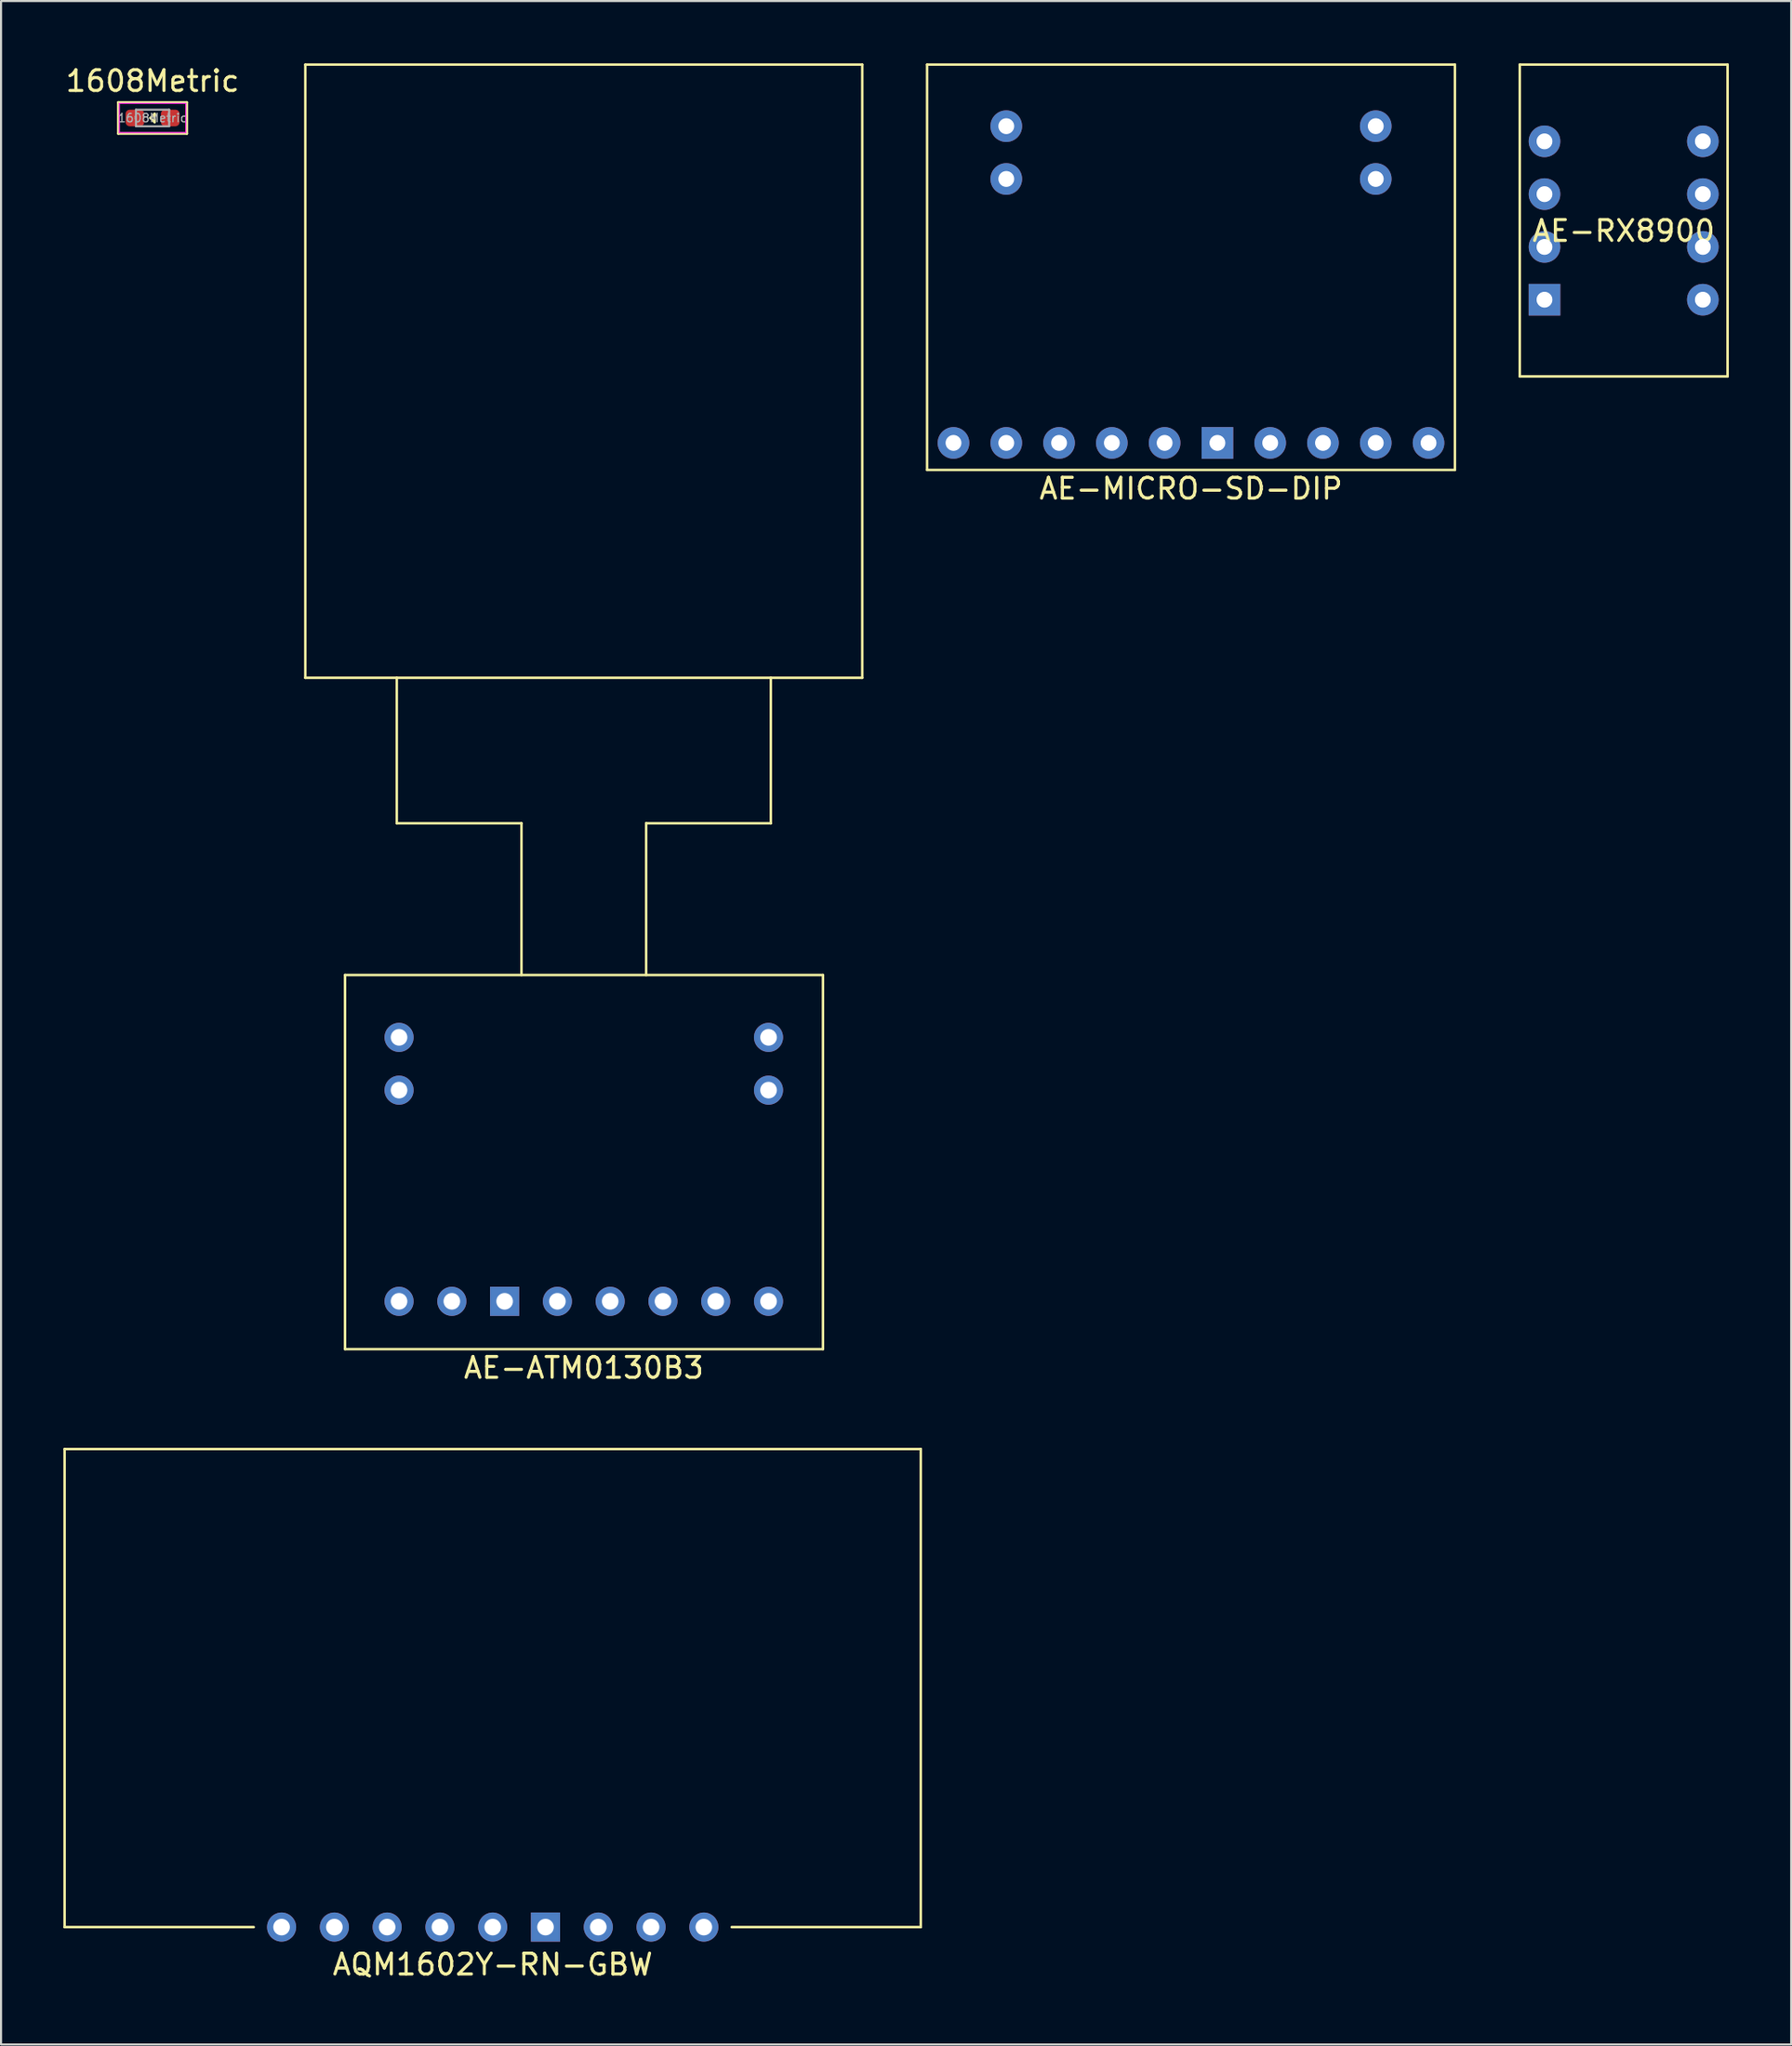
<source format=kicad_pcb>
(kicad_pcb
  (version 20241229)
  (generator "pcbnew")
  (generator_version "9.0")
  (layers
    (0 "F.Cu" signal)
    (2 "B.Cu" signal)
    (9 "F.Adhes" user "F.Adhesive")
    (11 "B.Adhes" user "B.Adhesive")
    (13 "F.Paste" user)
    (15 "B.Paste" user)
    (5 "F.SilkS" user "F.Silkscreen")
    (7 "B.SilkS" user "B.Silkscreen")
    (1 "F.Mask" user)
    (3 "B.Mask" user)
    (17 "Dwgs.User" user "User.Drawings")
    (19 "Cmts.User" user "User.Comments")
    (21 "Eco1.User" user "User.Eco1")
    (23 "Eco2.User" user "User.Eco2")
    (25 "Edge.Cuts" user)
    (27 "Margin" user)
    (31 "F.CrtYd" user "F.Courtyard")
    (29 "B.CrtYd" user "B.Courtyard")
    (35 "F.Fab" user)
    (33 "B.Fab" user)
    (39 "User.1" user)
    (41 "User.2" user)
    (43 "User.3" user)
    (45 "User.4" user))
  (footprint "AQM1602Y-RN-GBW"
    (layer "F.Cu")
    (at 20.66 89.668)
    (property "Reference" "AQM1602Y-RN-GBW" (at 0 1.8 0) (layer "F.SilkS") (effects (font (size 1 1) (thickness 0.15))))
    (attr through_hole)
    (fp_line (start -20.6 -23) (end 20.6 -23) (stroke (width 0.12) (type solid)) (layer "F.SilkS"))
    (fp_line (start -20.6 0) (end -20.6 -23) (stroke (width 0.12) (type solid)) (layer "F.SilkS"))
    (fp_line (start -20.6 0) (end -11.5 0) (stroke (width 0.12) (type solid)) (layer "F.SilkS"))
    (fp_line (start 20.6 -23) (end 20.6 0) (stroke (width 0.12) (type solid)) (layer "F.SilkS"))
    (fp_line (start 20.6 0) (end 11.5 0) (stroke (width 0.12) (type solid)) (layer "F.SilkS"))
    (pad "1" thru_hole circle (at -10.16 0) (size 1.4 1.4) (drill 0.8) (layers "*.Cu" "*.Mask"))
    (pad "2" thru_hole circle (at -7.62 0) (size 1.4 1.4) (drill 0.8) (layers "*.Cu" "*.Mask"))
    (pad "3" thru_hole circle (at -5.08 0) (size 1.4 1.4) (drill 0.8) (layers "*.Cu" "*.Mask"))
    (pad "4" thru_hole circle (at -2.54 0) (size 1.4 1.4) (drill 0.8) (layers "*.Cu" "*.Mask"))
    (pad "5" thru_hole circle (at 0 0) (size 1.4 1.4) (drill 0.8) (layers "*.Cu" "*.Mask"))
    (pad "6" thru_hole rect (at 2.54 0) (size 1.4 1.4) (drill 0.8) (layers "*.Cu" "*.Mask"))
    (pad "7" thru_hole circle (at 5.08 0) (size 1.4 1.4) (drill 0.8) (layers "*.Cu" "*.Mask"))
    (pad "8" thru_hole circle (at 7.62 0) (size 1.4 1.4) (drill 0.8) (layers "*.Cu" "*.Mask"))
    (pad "9" thru_hole circle (at 10.16 0) (size 1.4 1.4) (drill 0.8) (layers "*.Cu" "*.Mask")))
  (footprint "AE-MICRO-SD-DIP"
    (layer "F.Cu")
    (at 54.263 18.26)
    (property "Reference" "AE-MICRO-SD-DIP" (at 0 2.2 0) (layer "F.SilkS") (effects (font (size 1 1) (thickness 0.15))))
    (attr through_hole)
    (fp_line (start -12.7 -18.2) (end -12.7 1.3) (stroke (width 0.12) (type solid)) (layer "F.SilkS"))
    (fp_line (start -12.7 1.3) (end 12.7 1.3) (stroke (width 0.12) (type solid)) (layer "F.SilkS"))
    (fp_line (start 12.7 -18.2) (end -12.7 -18.2) (stroke (width 0.12) (type solid)) (layer "F.SilkS"))
    (fp_line (start 12.7 1.3) (end 12.7 -18.2) (stroke (width 0.12) (type solid)) (layer "F.SilkS"))
    (pad "" thru_hole circle (at -8.89 -15.24) (size 1.524 1.524) (drill 0.762) (layers "*.Cu" "*.Mask"))
    (pad "" thru_hole circle (at -8.89 -12.7) (size 1.524 1.524) (drill 0.762) (layers "*.Cu" "*.Mask"))
    (pad "" thru_hole circle (at 8.89 -15.24) (size 1.524 1.524) (drill 0.762) (layers "*.Cu" "*.Mask"))
    (pad "" thru_hole circle (at 8.89 -12.7) (size 1.524 1.524) (drill 0.762) (layers "*.Cu" "*.Mask"))
    (pad "1" thru_hole circle (at -11.43 0) (size 1.524 1.524) (drill 0.762) (layers "*.Cu" "*.Mask"))
    (pad "2" thru_hole circle (at -8.89 0) (size 1.524 1.524) (drill 0.762) (layers "*.Cu" "*.Mask"))
    (pad "3" thru_hole circle (at -6.35 0) (size 1.524 1.524) (drill 0.762) (layers "*.Cu" "*.Mask"))
    (pad "4" thru_hole circle (at -3.81 0) (size 1.524 1.524) (drill 0.762) (layers "*.Cu" "*.Mask"))
    (pad "5" thru_hole circle (at -1.27 0) (size 1.524 1.524) (drill 0.762) (layers "*.Cu" "*.Mask"))
    (pad "6" thru_hole rect (at 1.27 0) (size 1.524 1.524) (drill 0.762) (layers "*.Cu" "*.Mask"))
    (pad "7" thru_hole circle (at 3.81 0) (size 1.524 1.524) (drill 0.762) (layers "*.Cu" "*.Mask"))
    (pad "8" thru_hole circle (at 6.35 0) (size 1.524 1.524) (drill 0.762) (layers "*.Cu" "*.Mask"))
    (pad "9" thru_hole circle (at 8.89 0) (size 1.524 1.524) (drill 0.762) (layers "*.Cu" "*.Mask"))
    (pad "10" thru_hole circle (at 11.43 0) (size 1.524 1.524) (drill 0.762) (layers "*.Cu" "*.Mask")))
  (footprint "1608Metric"
    (layer "F.Cu")
    (at 4.292 2.626)
    (property "Reference" "1608Metric" (at 0 -1.778 0) (layer "F.SilkS") (effects (font (size 1 1) (thickness 0.15))))
    (attr smd)
    (fp_line (start -1.65 -0.75) (end -1.65 0.75) (stroke (width 0.12) (type solid)) (layer "F.SilkS"))
    (fp_line (start -1.65 -0.75) (end 1.65 -0.75) (stroke (width 0.12) (type solid)) (layer "F.SilkS"))
    (fp_line (start -1.65 0.75) (end 1.65 0.75) (stroke (width 0.12) (type solid)) (layer "F.SilkS"))
    (fp_line (start -0.1 0) (end 0.1 -0.2) (stroke (width 0.12) (type solid)) (layer "F.SilkS"))
    (fp_line (start 0.1 -0.2) (end 0.1 0.2) (stroke (width 0.12) (type solid)) (layer "F.SilkS"))
    (fp_line (start 0.1 0.2) (end -0.1 0) (stroke (width 0.12) (type solid)) (layer "F.SilkS"))
    (fp_line (start 1.65 -0.75) (end 1.65 0.75) (stroke (width 0.12) (type solid)) (layer "F.SilkS"))
    (fp_line (start -1.6 -0.7) (end 1.6 -0.7) (stroke (width 0.05) (type solid)) (layer "F.CrtYd"))
    (fp_line (start -1.6 0.7) (end -1.6 -0.7) (stroke (width 0.05) (type solid)) (layer "F.CrtYd"))
    (fp_line (start 1.6 -0.7) (end 1.6 0.7) (stroke (width 0.05) (type solid)) (layer "F.CrtYd"))
    (fp_line (start 1.6 0.7) (end -1.6 0.7) (stroke (width 0.05) (type solid)) (layer "F.CrtYd"))
    (fp_line (start -0.8 -0.4) (end 0.8 -0.4) (stroke (width 0.1) (type solid)) (layer "F.Fab"))
    (fp_line (start -0.8 0.4) (end -0.8 -0.4) (stroke (width 0.1) (type solid)) (layer "F.Fab"))
    (fp_line (start 0.8 -0.4) (end 0.8 0.4) (stroke (width 0.1) (type solid)) (layer "F.Fab"))
    (fp_line (start 0.8 0.4) (end -0.8 0.4) (stroke (width 0.1) (type solid)) (layer "F.Fab"))
    (fp_text user "${REFERENCE}" (at 0 0 0) (layer "F.Fab") (effects (font (size 0.4 0.4) (thickness 0.06))))
    (pad "1" smd roundrect (at -0.85 0) (size 0.9 0.8) (layers "F.Cu" "F.Mask" "F.Paste") (roundrect_rratio 0.25))
    (pad "2" smd roundrect (at 0.85 0) (size 0.9 0.8) (layers "F.Cu" "F.Mask" "F.Paste") (roundrect_rratio 0.25)))
  (footprint "AE-ATM0130B3"
    (layer "F.Cu")
    (at 25.043 59.56)
    (property "Reference" "AE-ATM0130B3" (at 0 3.2 0) (layer "F.SilkS") (effects (font (size 1 1) (thickness 0.15))))
    (attr through_hole)
    (fp_line (start -13.4 -59.5) (end 13.4 -59.5) (stroke (width 0.12) (type solid)) (layer "F.SilkS"))
    (fp_line (start -13.4 -30) (end -13.4 -59.5) (stroke (width 0.12) (type solid)) (layer "F.SilkS"))
    (fp_line (start -11.49 -15.7) (end -11.49 2.3) (stroke (width 0.12) (type solid)) (layer "F.SilkS"))
    (fp_line (start -11.49 2.3) (end 11.51 2.3) (stroke (width 0.12) (type solid)) (layer "F.SilkS"))
    (fp_line (start -9 -23) (end -9 -30) (stroke (width 0.12) (type solid)) (layer "F.SilkS"))
    (fp_line (start -3 -23) (end -9 -23) (stroke (width 0.12) (type solid)) (layer "F.SilkS"))
    (fp_line (start -3 -23) (end -3 -15.7) (stroke (width 0.12) (type solid)) (layer "F.SilkS"))
    (fp_line (start 3 -23) (end 3 -15.7) (stroke (width 0.12) (type solid)) (layer "F.SilkS"))
    (fp_line (start 9 -30) (end 9 -23) (stroke (width 0.12) (type solid)) (layer "F.SilkS"))
    (fp_line (start 9 -23) (end 3 -23) (stroke (width 0.12) (type solid)) (layer "F.SilkS"))
    (fp_line (start 11.51 -15.7) (end -11.49 -15.7) (stroke (width 0.12) (type solid)) (layer "F.SilkS"))
    (fp_line (start 11.51 2.3) (end 11.51 -15.7) (stroke (width 0.12) (type solid)) (layer "F.SilkS"))
    (fp_line (start 13.4 -59.5) (end 13.4 -30) (stroke (width 0.12) (type solid)) (layer "F.SilkS"))
    (fp_line (start 13.4 -30) (end -13.4 -30) (stroke (width 0.12) (type solid)) (layer "F.SilkS"))
    (pad "" thru_hole circle (at -8.89 -12.7) (size 1.4 1.4) (drill 0.8) (layers "*.Cu" "*.Mask"))
    (pad "" thru_hole circle (at -8.89 -10.16) (size 1.4 1.4) (drill 0.8) (layers "*.Cu" "*.Mask"))
    (pad "" thru_hole circle (at 8.89 -12.7) (size 1.4 1.4) (drill 0.8) (layers "*.Cu" "*.Mask"))
    (pad "1" thru_hole circle (at -8.89 0) (size 1.4 1.4) (drill 0.8) (layers "*.Cu" "*.Mask"))
    (pad "2" thru_hole circle (at -6.35 0) (size 1.4 1.4) (drill 0.8) (layers "*.Cu" "*.Mask"))
    (pad "3" thru_hole rect (at -3.81 0) (size 1.4 1.4) (drill 0.8) (layers "*.Cu" "*.Mask"))
    (pad "4" thru_hole circle (at -1.27 0) (size 1.4 1.4) (drill 0.8) (layers "*.Cu" "*.Mask"))
    (pad "5" thru_hole circle (at 1.27 0) (size 1.4 1.4) (drill 0.8) (layers "*.Cu" "*.Mask"))
    (pad "6" thru_hole circle (at 3.81 0) (size 1.4 1.4) (drill 0.8) (layers "*.Cu" "*.Mask"))
    (pad "7" thru_hole circle (at 6.35 0) (size 1.4 1.4) (drill 0.8) (layers "*.Cu" "*.Mask"))
    (pad "8" thru_hole circle (at 8.89 0) (size 1.4 1.4) (drill 0.8) (layers "*.Cu" "*.Mask"))
    (pad "9" thru_hole circle (at 8.89 -10.16) (size 1.4 1.4) (drill 0.8) (layers "*.Cu" "*.Mask")))
  (footprint "AE-RX8900"
    (layer "F.Cu")
    (at 75.083 7.56)
    (property "Reference" "AE-RX8900" (at 0 0.5 0) (layer "F.SilkS") (effects (font (size 1 1) (thickness 0.15))))
    (attr through_hole)
    (fp_line (start -5 -7.5) (end -5 7.5) (stroke (width 0.12) (type solid)) (layer "F.SilkS"))
    (fp_line (start -5 7.5) (end 5 7.5) (stroke (width 0.12) (type solid)) (layer "F.SilkS"))
    (fp_line (start 5 -7.5) (end -5 -7.5) (stroke (width 0.12) (type solid)) (layer "F.SilkS"))
    (fp_line (start 5 7.5) (end 5 -7.5) (stroke (width 0.12) (type solid)) (layer "F.SilkS"))
    (pad "1" thru_hole circle (at -3.81 -3.81) (size 1.524 1.524) (drill 0.762) (layers "*.Cu" "*.Mask"))
    (pad "2" thru_hole circle (at -3.81 -1.27) (size 1.524 1.524) (drill 0.762) (layers "*.Cu" "*.Mask"))
    (pad "3" thru_hole circle (at -3.81 1.27) (size 1.524 1.524) (drill 0.762) (layers "*.Cu" "*.Mask"))
    (pad "4" thru_hole rect (at -3.81 3.81) (size 1.524 1.524) (drill 0.762) (layers "*.Cu" "*.Mask"))
    (pad "5" thru_hole circle (at 3.81 3.81) (size 1.524 1.524) (drill 0.762) (layers "*.Cu" "*.Mask"))
    (pad "6" thru_hole circle (at 3.81 1.27) (size 1.524 1.524) (drill 0.762) (layers "*.Cu" "*.Mask"))
    (pad "7" thru_hole circle (at 3.81 -1.27) (size 1.524 1.524) (drill 0.762) (layers "*.Cu" "*.Mask"))
    (pad "8" thru_hole circle (at 3.81 -3.81) (size 1.524 1.524) (drill 0.762) (layers "*.Cu" "*.Mask")))
  (gr_rect
    (start -3 -3)
    (end 83.143 95.317)
    (stroke (width 0.1) (type default))
    (fill no)
    (layer "Edge.Cuts")))
</source>
